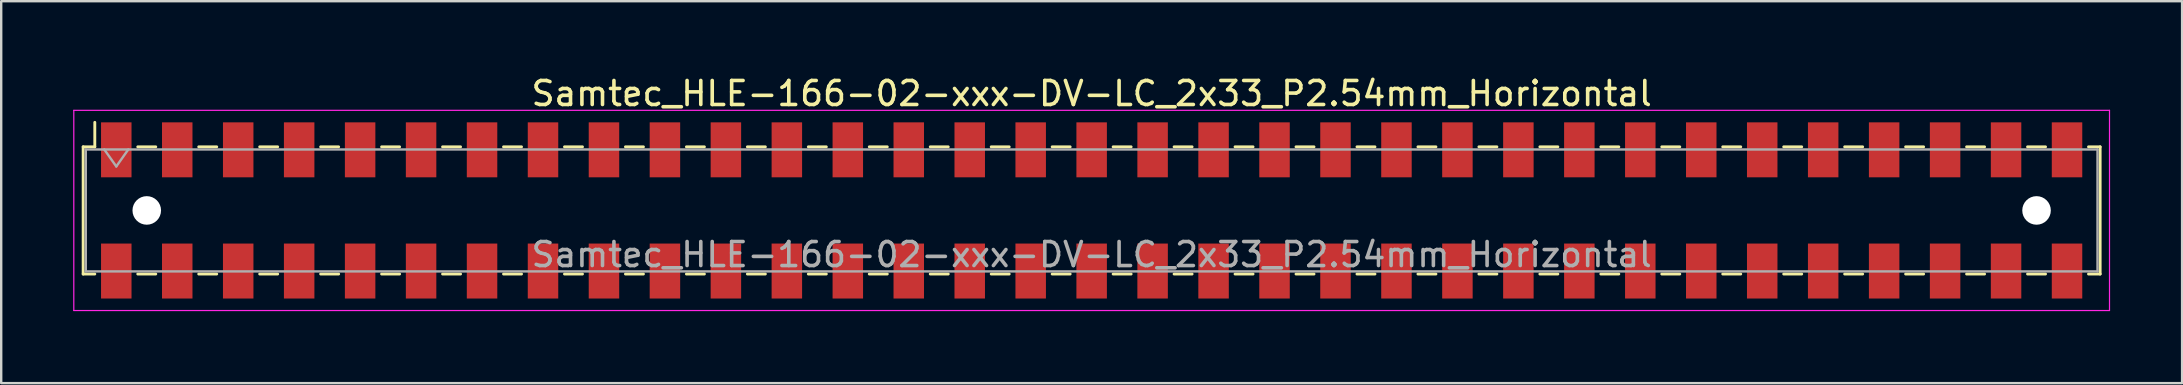
<source format=kicad_pcb>
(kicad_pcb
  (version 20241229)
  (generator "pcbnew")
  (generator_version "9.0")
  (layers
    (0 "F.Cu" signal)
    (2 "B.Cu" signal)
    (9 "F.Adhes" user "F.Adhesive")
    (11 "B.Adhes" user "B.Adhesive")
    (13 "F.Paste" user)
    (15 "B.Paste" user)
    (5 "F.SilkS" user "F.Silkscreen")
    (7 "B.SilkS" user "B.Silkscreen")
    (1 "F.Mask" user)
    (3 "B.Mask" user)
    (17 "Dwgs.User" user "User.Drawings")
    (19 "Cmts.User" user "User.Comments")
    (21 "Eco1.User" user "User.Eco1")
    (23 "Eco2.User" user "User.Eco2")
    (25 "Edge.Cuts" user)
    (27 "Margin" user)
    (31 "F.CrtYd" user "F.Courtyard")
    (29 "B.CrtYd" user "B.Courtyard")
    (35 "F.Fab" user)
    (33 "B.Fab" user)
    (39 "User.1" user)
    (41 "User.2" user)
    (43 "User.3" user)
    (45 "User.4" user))
  (footprint "Samtec_HLE-166-02-xxx-DV-LC_2x33_P2.54mm_Horizontal"
    (layer "F.Cu")
    (at 42.435 5.718)
    (property "Reference" "Samtec_HLE-166-02-xxx-DV-LC_2x33_P2.54mm_Horizontal" (at 0 -4.87 0) (layer "F.SilkS") (effects (font (size 1 1) (thickness 0.15))))
    (attr smd)
    (fp_line (start -42.02 -2.65) (end -42.02 2.65) (stroke (width 0.12) (type solid)) (layer "F.SilkS"))
    (fp_line (start -42.02 2.65) (end -41.535 2.65) (stroke (width 0.12) (type solid)) (layer "F.SilkS"))
    (fp_line (start -41.535 -3.67) (end -41.535 -2.65) (stroke (width 0.12) (type solid)) (layer "F.SilkS"))
    (fp_line (start -41.535 -2.65) (end -42.02 -2.65) (stroke (width 0.12) (type solid)) (layer "F.SilkS"))
    (fp_line (start -39.745 -2.65) (end -38.995 -2.65) (stroke (width 0.12) (type solid)) (layer "F.SilkS"))
    (fp_line (start -39.745 2.65) (end -38.995 2.65) (stroke (width 0.12) (type solid)) (layer "F.SilkS"))
    (fp_line (start -37.205 -2.65) (end -36.455 -2.65) (stroke (width 0.12) (type solid)) (layer "F.SilkS"))
    (fp_line (start -37.205 2.65) (end -36.455 2.65) (stroke (width 0.12) (type solid)) (layer "F.SilkS"))
    (fp_line (start -34.665 -2.65) (end -33.915 -2.65) (stroke (width 0.12) (type solid)) (layer "F.SilkS"))
    (fp_line (start -34.665 2.65) (end -33.915 2.65) (stroke (width 0.12) (type solid)) (layer "F.SilkS"))
    (fp_line (start -32.125 -2.65) (end -31.375 -2.65) (stroke (width 0.12) (type solid)) (layer "F.SilkS"))
    (fp_line (start -32.125 2.65) (end -31.375 2.65) (stroke (width 0.12) (type solid)) (layer "F.SilkS"))
    (fp_line (start -29.585 -2.65) (end -28.835 -2.65) (stroke (width 0.12) (type solid)) (layer "F.SilkS"))
    (fp_line (start -29.585 2.65) (end -28.835 2.65) (stroke (width 0.12) (type solid)) (layer "F.SilkS"))
    (fp_line (start -27.045 -2.65) (end -26.295 -2.65) (stroke (width 0.12) (type solid)) (layer "F.SilkS"))
    (fp_line (start -27.045 2.65) (end -26.295 2.65) (stroke (width 0.12) (type solid)) (layer "F.SilkS"))
    (fp_line (start -24.505 -2.65) (end -23.755 -2.65) (stroke (width 0.12) (type solid)) (layer "F.SilkS"))
    (fp_line (start -24.505 2.65) (end -23.755 2.65) (stroke (width 0.12) (type solid)) (layer "F.SilkS"))
    (fp_line (start -21.965 -2.65) (end -21.215 -2.65) (stroke (width 0.12) (type solid)) (layer "F.SilkS"))
    (fp_line (start -21.965 2.65) (end -21.215 2.65) (stroke (width 0.12) (type solid)) (layer "F.SilkS"))
    (fp_line (start -19.425 -2.65) (end -18.675 -2.65) (stroke (width 0.12) (type solid)) (layer "F.SilkS"))
    (fp_line (start -19.425 2.65) (end -18.675 2.65) (stroke (width 0.12) (type solid)) (layer "F.SilkS"))
    (fp_line (start -16.885 -2.65) (end -16.135 -2.65) (stroke (width 0.12) (type solid)) (layer "F.SilkS"))
    (fp_line (start -16.885 2.65) (end -16.135 2.65) (stroke (width 0.12) (type solid)) (layer "F.SilkS"))
    (fp_line (start -14.345 -2.65) (end -13.595 -2.65) (stroke (width 0.12) (type solid)) (layer "F.SilkS"))
    (fp_line (start -14.345 2.65) (end -13.595 2.65) (stroke (width 0.12) (type solid)) (layer "F.SilkS"))
    (fp_line (start -11.805 -2.65) (end -11.055 -2.65) (stroke (width 0.12) (type solid)) (layer "F.SilkS"))
    (fp_line (start -11.805 2.65) (end -11.055 2.65) (stroke (width 0.12) (type solid)) (layer "F.SilkS"))
    (fp_line (start -9.265 -2.65) (end -8.515 -2.65) (stroke (width 0.12) (type solid)) (layer "F.SilkS"))
    (fp_line (start -9.265 2.65) (end -8.515 2.65) (stroke (width 0.12) (type solid)) (layer "F.SilkS"))
    (fp_line (start -6.725 -2.65) (end -5.975 -2.65) (stroke (width 0.12) (type solid)) (layer "F.SilkS"))
    (fp_line (start -6.725 2.65) (end -5.975 2.65) (stroke (width 0.12) (type solid)) (layer "F.SilkS"))
    (fp_line (start -4.185 -2.65) (end -3.435 -2.65) (stroke (width 0.12) (type solid)) (layer "F.SilkS"))
    (fp_line (start -4.185 2.65) (end -3.435 2.65) (stroke (width 0.12) (type solid)) (layer "F.SilkS"))
    (fp_line (start -1.645 -2.65) (end -0.895 -2.65) (stroke (width 0.12) (type solid)) (layer "F.SilkS"))
    (fp_line (start -1.645 2.65) (end -0.895 2.65) (stroke (width 0.12) (type solid)) (layer "F.SilkS"))
    (fp_line (start 0.895 -2.65) (end 1.645 -2.65) (stroke (width 0.12) (type solid)) (layer "F.SilkS"))
    (fp_line (start 0.895 2.65) (end 1.645 2.65) (stroke (width 0.12) (type solid)) (layer "F.SilkS"))
    (fp_line (start 3.435 -2.65) (end 4.185 -2.65) (stroke (width 0.12) (type solid)) (layer "F.SilkS"))
    (fp_line (start 3.435 2.65) (end 4.185 2.65) (stroke (width 0.12) (type solid)) (layer "F.SilkS"))
    (fp_line (start 5.975 -2.65) (end 6.725 -2.65) (stroke (width 0.12) (type solid)) (layer "F.SilkS"))
    (fp_line (start 5.975 2.65) (end 6.725 2.65) (stroke (width 0.12) (type solid)) (layer "F.SilkS"))
    (fp_line (start 8.515 -2.65) (end 9.265 -2.65) (stroke (width 0.12) (type solid)) (layer "F.SilkS"))
    (fp_line (start 8.515 2.65) (end 9.265 2.65) (stroke (width 0.12) (type solid)) (layer "F.SilkS"))
    (fp_line (start 11.055 -2.65) (end 11.805 -2.65) (stroke (width 0.12) (type solid)) (layer "F.SilkS"))
    (fp_line (start 11.055 2.65) (end 11.805 2.65) (stroke (width 0.12) (type solid)) (layer "F.SilkS"))
    (fp_line (start 13.595 -2.65) (end 14.345 -2.65) (stroke (width 0.12) (type solid)) (layer "F.SilkS"))
    (fp_line (start 13.595 2.65) (end 14.345 2.65) (stroke (width 0.12) (type solid)) (layer "F.SilkS"))
    (fp_line (start 16.135 -2.65) (end 16.885 -2.65) (stroke (width 0.12) (type solid)) (layer "F.SilkS"))
    (fp_line (start 16.135 2.65) (end 16.885 2.65) (stroke (width 0.12) (type solid)) (layer "F.SilkS"))
    (fp_line (start 18.675 -2.65) (end 19.425 -2.65) (stroke (width 0.12) (type solid)) (layer "F.SilkS"))
    (fp_line (start 18.675 2.65) (end 19.425 2.65) (stroke (width 0.12) (type solid)) (layer "F.SilkS"))
    (fp_line (start 21.215 -2.65) (end 21.965 -2.65) (stroke (width 0.12) (type solid)) (layer "F.SilkS"))
    (fp_line (start 21.215 2.65) (end 21.965 2.65) (stroke (width 0.12) (type solid)) (layer "F.SilkS"))
    (fp_line (start 23.755 -2.65) (end 24.505 -2.65) (stroke (width 0.12) (type solid)) (layer "F.SilkS"))
    (fp_line (start 23.755 2.65) (end 24.505 2.65) (stroke (width 0.12) (type solid)) (layer "F.SilkS"))
    (fp_line (start 26.295 -2.65) (end 27.045 -2.65) (stroke (width 0.12) (type solid)) (layer "F.SilkS"))
    (fp_line (start 26.295 2.65) (end 27.045 2.65) (stroke (width 0.12) (type solid)) (layer "F.SilkS"))
    (fp_line (start 28.835 -2.65) (end 29.585 -2.65) (stroke (width 0.12) (type solid)) (layer "F.SilkS"))
    (fp_line (start 28.835 2.65) (end 29.585 2.65) (stroke (width 0.12) (type solid)) (layer "F.SilkS"))
    (fp_line (start 31.375 -2.65) (end 32.125 -2.65) (stroke (width 0.12) (type solid)) (layer "F.SilkS"))
    (fp_line (start 31.375 2.65) (end 32.125 2.65) (stroke (width 0.12) (type solid)) (layer "F.SilkS"))
    (fp_line (start 33.915 -2.65) (end 34.665 -2.65) (stroke (width 0.12) (type solid)) (layer "F.SilkS"))
    (fp_line (start 33.915 2.65) (end 34.665 2.65) (stroke (width 0.12) (type solid)) (layer "F.SilkS"))
    (fp_line (start 36.455 -2.65) (end 37.205 -2.65) (stroke (width 0.12) (type solid)) (layer "F.SilkS"))
    (fp_line (start 36.455 2.65) (end 37.205 2.65) (stroke (width 0.12) (type solid)) (layer "F.SilkS"))
    (fp_line (start 38.995 -2.65) (end 39.745 -2.65) (stroke (width 0.12) (type solid)) (layer "F.SilkS"))
    (fp_line (start 38.995 2.65) (end 39.745 2.65) (stroke (width 0.12) (type solid)) (layer "F.SilkS"))
    (fp_line (start 41.535 -2.65) (end 42.02 -2.65) (stroke (width 0.12) (type solid)) (layer "F.SilkS"))
    (fp_line (start 42.02 -2.65) (end 42.02 2.65) (stroke (width 0.12) (type solid)) (layer "F.SilkS"))
    (fp_line (start 42.02 2.65) (end 41.535 2.65) (stroke (width 0.12) (type solid)) (layer "F.SilkS"))
    (fp_line (start -42.41 -4.17) (end 42.41 -4.17) (stroke (width 0.05) (type solid)) (layer "F.CrtYd"))
    (fp_line (start -42.41 4.17) (end -42.41 -4.17) (stroke (width 0.05) (type solid)) (layer "F.CrtYd"))
    (fp_line (start 42.41 -4.17) (end 42.41 4.17) (stroke (width 0.05) (type solid)) (layer "F.CrtYd"))
    (fp_line (start 42.41 4.17) (end -42.41 4.17) (stroke (width 0.05) (type solid)) (layer "F.CrtYd"))
    (fp_line (start -41.91 -2.54) (end 41.91 -2.54) (stroke (width 0.1) (type solid)) (layer "F.Fab"))
    (fp_line (start -41.91 2.54) (end -41.91 -2.54) (stroke (width 0.1) (type solid)) (layer "F.Fab"))
    (fp_line (start -41.14 -2.54) (end -40.64 -1.833) (stroke (width 0.1) (type solid)) (layer "F.Fab"))
    (fp_line (start -40.64 -1.833) (end -40.14 -2.54) (stroke (width 0.1) (type solid)) (layer "F.Fab"))
    (fp_line (start 41.91 -2.54) (end 41.91 2.54) (stroke (width 0.1) (type solid)) (layer "F.Fab"))
    (fp_line (start 41.91 2.54) (end -41.91 2.54) (stroke (width 0.1) (type solid)) (layer "F.Fab"))
    (fp_text user "${REFERENCE}" (at 0 1.84 0) (layer "F.Fab") (effects (font (size 1 1) (thickness 0.15))))
    (pad "" np_thru_hole circle (at -39.37 0) (size 1.19 1.19) (drill 1.19) (layers "*.Cu" "*.Mask"))
    (pad "" np_thru_hole circle (at 39.37 0) (size 1.19 1.19) (drill 1.19) (layers "*.Cu" "*.Mask"))
    (pad "1" smd rect (at -40.64 -2.525) (size 1.27 2.29) (layers "F.Cu" "F.Mask" "F.Paste"))
    (pad "2" smd rect (at -40.64 2.525) (size 1.27 2.29) (layers "F.Cu" "F.Mask" "F.Paste"))
    (pad "3" smd rect (at -38.1 -2.525) (size 1.27 2.29) (layers "F.Cu" "F.Mask" "F.Paste"))
    (pad "4" smd rect (at -38.1 2.525) (size 1.27 2.29) (layers "F.Cu" "F.Mask" "F.Paste"))
    (pad "5" smd rect (at -35.56 -2.525) (size 1.27 2.29) (layers "F.Cu" "F.Mask" "F.Paste"))
    (pad "6" smd rect (at -35.56 2.525) (size 1.27 2.29) (layers "F.Cu" "F.Mask" "F.Paste"))
    (pad "7" smd rect (at -33.02 -2.525) (size 1.27 2.29) (layers "F.Cu" "F.Mask" "F.Paste"))
    (pad "8" smd rect (at -33.02 2.525) (size 1.27 2.29) (layers "F.Cu" "F.Mask" "F.Paste"))
    (pad "9" smd rect (at -30.48 -2.525) (size 1.27 2.29) (layers "F.Cu" "F.Mask" "F.Paste"))
    (pad "10" smd rect (at -30.48 2.525) (size 1.27 2.29) (layers "F.Cu" "F.Mask" "F.Paste"))
    (pad "11" smd rect (at -27.94 -2.525) (size 1.27 2.29) (layers "F.Cu" "F.Mask" "F.Paste"))
    (pad "12" smd rect (at -27.94 2.525) (size 1.27 2.29) (layers "F.Cu" "F.Mask" "F.Paste"))
    (pad "13" smd rect (at -25.4 -2.525) (size 1.27 2.29) (layers "F.Cu" "F.Mask" "F.Paste"))
    (pad "14" smd rect (at -25.4 2.525) (size 1.27 2.29) (layers "F.Cu" "F.Mask" "F.Paste"))
    (pad "15" smd rect (at -22.86 -2.525) (size 1.27 2.29) (layers "F.Cu" "F.Mask" "F.Paste"))
    (pad "16" smd rect (at -22.86 2.525) (size 1.27 2.29) (layers "F.Cu" "F.Mask" "F.Paste"))
    (pad "17" smd rect (at -20.32 -2.525) (size 1.27 2.29) (layers "F.Cu" "F.Mask" "F.Paste"))
    (pad "18" smd rect (at -20.32 2.525) (size 1.27 2.29) (layers "F.Cu" "F.Mask" "F.Paste"))
    (pad "19" smd rect (at -17.78 -2.525) (size 1.27 2.29) (layers "F.Cu" "F.Mask" "F.Paste"))
    (pad "20" smd rect (at -17.78 2.525) (size 1.27 2.29) (layers "F.Cu" "F.Mask" "F.Paste"))
    (pad "21" smd rect (at -15.24 -2.525) (size 1.27 2.29) (layers "F.Cu" "F.Mask" "F.Paste"))
    (pad "22" smd rect (at -15.24 2.525) (size 1.27 2.29) (layers "F.Cu" "F.Mask" "F.Paste"))
    (pad "23" smd rect (at -12.7 -2.525) (size 1.27 2.29) (layers "F.Cu" "F.Mask" "F.Paste"))
    (pad "24" smd rect (at -12.7 2.525) (size 1.27 2.29) (layers "F.Cu" "F.Mask" "F.Paste"))
    (pad "25" smd rect (at -10.16 -2.525) (size 1.27 2.29) (layers "F.Cu" "F.Mask" "F.Paste"))
    (pad "26" smd rect (at -10.16 2.525) (size 1.27 2.29) (layers "F.Cu" "F.Mask" "F.Paste"))
    (pad "27" smd rect (at -7.62 -2.525) (size 1.27 2.29) (layers "F.Cu" "F.Mask" "F.Paste"))
    (pad "28" smd rect (at -7.62 2.525) (size 1.27 2.29) (layers "F.Cu" "F.Mask" "F.Paste"))
    (pad "29" smd rect (at -5.08 -2.525) (size 1.27 2.29) (layers "F.Cu" "F.Mask" "F.Paste"))
    (pad "30" smd rect (at -5.08 2.525) (size 1.27 2.29) (layers "F.Cu" "F.Mask" "F.Paste"))
    (pad "31" smd rect (at -2.54 -2.525) (size 1.27 2.29) (layers "F.Cu" "F.Mask" "F.Paste"))
    (pad "32" smd rect (at -2.54 2.525) (size 1.27 2.29) (layers "F.Cu" "F.Mask" "F.Paste"))
    (pad "33" smd rect (at 0 -2.525) (size 1.27 2.29) (layers "F.Cu" "F.Mask" "F.Paste"))
    (pad "34" smd rect (at 0 2.525) (size 1.27 2.29) (layers "F.Cu" "F.Mask" "F.Paste"))
    (pad "35" smd rect (at 2.54 -2.525) (size 1.27 2.29) (layers "F.Cu" "F.Mask" "F.Paste"))
    (pad "36" smd rect (at 2.54 2.525) (size 1.27 2.29) (layers "F.Cu" "F.Mask" "F.Paste"))
    (pad "37" smd rect (at 5.08 -2.525) (size 1.27 2.29) (layers "F.Cu" "F.Mask" "F.Paste"))
    (pad "38" smd rect (at 5.08 2.525) (size 1.27 2.29) (layers "F.Cu" "F.Mask" "F.Paste"))
    (pad "39" smd rect (at 7.62 -2.525) (size 1.27 2.29) (layers "F.Cu" "F.Mask" "F.Paste"))
    (pad "40" smd rect (at 7.62 2.525) (size 1.27 2.29) (layers "F.Cu" "F.Mask" "F.Paste"))
    (pad "41" smd rect (at 10.16 -2.525) (size 1.27 2.29) (layers "F.Cu" "F.Mask" "F.Paste"))
    (pad "42" smd rect (at 10.16 2.525) (size 1.27 2.29) (layers "F.Cu" "F.Mask" "F.Paste"))
    (pad "43" smd rect (at 12.7 -2.525) (size 1.27 2.29) (layers "F.Cu" "F.Mask" "F.Paste"))
    (pad "44" smd rect (at 12.7 2.525) (size 1.27 2.29) (layers "F.Cu" "F.Mask" "F.Paste"))
    (pad "45" smd rect (at 15.24 -2.525) (size 1.27 2.29) (layers "F.Cu" "F.Mask" "F.Paste"))
    (pad "46" smd rect (at 15.24 2.525) (size 1.27 2.29) (layers "F.Cu" "F.Mask" "F.Paste"))
    (pad "47" smd rect (at 17.78 -2.525) (size 1.27 2.29) (layers "F.Cu" "F.Mask" "F.Paste"))
    (pad "48" smd rect (at 17.78 2.525) (size 1.27 2.29) (layers "F.Cu" "F.Mask" "F.Paste"))
    (pad "49" smd rect (at 20.32 -2.525) (size 1.27 2.29) (layers "F.Cu" "F.Mask" "F.Paste"))
    (pad "50" smd rect (at 20.32 2.525) (size 1.27 2.29) (layers "F.Cu" "F.Mask" "F.Paste"))
    (pad "51" smd rect (at 22.86 -2.525) (size 1.27 2.29) (layers "F.Cu" "F.Mask" "F.Paste"))
    (pad "52" smd rect (at 22.86 2.525) (size 1.27 2.29) (layers "F.Cu" "F.Mask" "F.Paste"))
    (pad "53" smd rect (at 25.4 -2.525) (size 1.27 2.29) (layers "F.Cu" "F.Mask" "F.Paste"))
    (pad "54" smd rect (at 25.4 2.525) (size 1.27 2.29) (layers "F.Cu" "F.Mask" "F.Paste"))
    (pad "55" smd rect (at 27.94 -2.525) (size 1.27 2.29) (layers "F.Cu" "F.Mask" "F.Paste"))
    (pad "56" smd rect (at 27.94 2.525) (size 1.27 2.29) (layers "F.Cu" "F.Mask" "F.Paste"))
    (pad "57" smd rect (at 30.48 -2.525) (size 1.27 2.29) (layers "F.Cu" "F.Mask" "F.Paste"))
    (pad "58" smd rect (at 30.48 2.525) (size 1.27 2.29) (layers "F.Cu" "F.Mask" "F.Paste"))
    (pad "59" smd rect (at 33.02 -2.525) (size 1.27 2.29) (layers "F.Cu" "F.Mask" "F.Paste"))
    (pad "60" smd rect (at 33.02 2.525) (size 1.27 2.29) (layers "F.Cu" "F.Mask" "F.Paste"))
    (pad "61" smd rect (at 35.56 -2.525) (size 1.27 2.29) (layers "F.Cu" "F.Mask" "F.Paste"))
    (pad "62" smd rect (at 35.56 2.525) (size 1.27 2.29) (layers "F.Cu" "F.Mask" "F.Paste"))
    (pad "63" smd rect (at 38.1 -2.525) (size 1.27 2.29) (layers "F.Cu" "F.Mask" "F.Paste"))
    (pad "64" smd rect (at 38.1 2.525) (size 1.27 2.29) (layers "F.Cu" "F.Mask" "F.Paste"))
    (pad "65" smd rect (at 40.64 -2.525) (size 1.27 2.29) (layers "F.Cu" "F.Mask" "F.Paste"))
    (pad "66" smd rect (at 40.64 2.525) (size 1.27 2.29) (layers "F.Cu" "F.Mask" "F.Paste")))
  (gr_rect
    (start -3 -3)
    (end 87.87 12.913)
    (stroke (width 0.1) (type default))
    (fill no)
    (layer "Edge.Cuts")))
</source>
